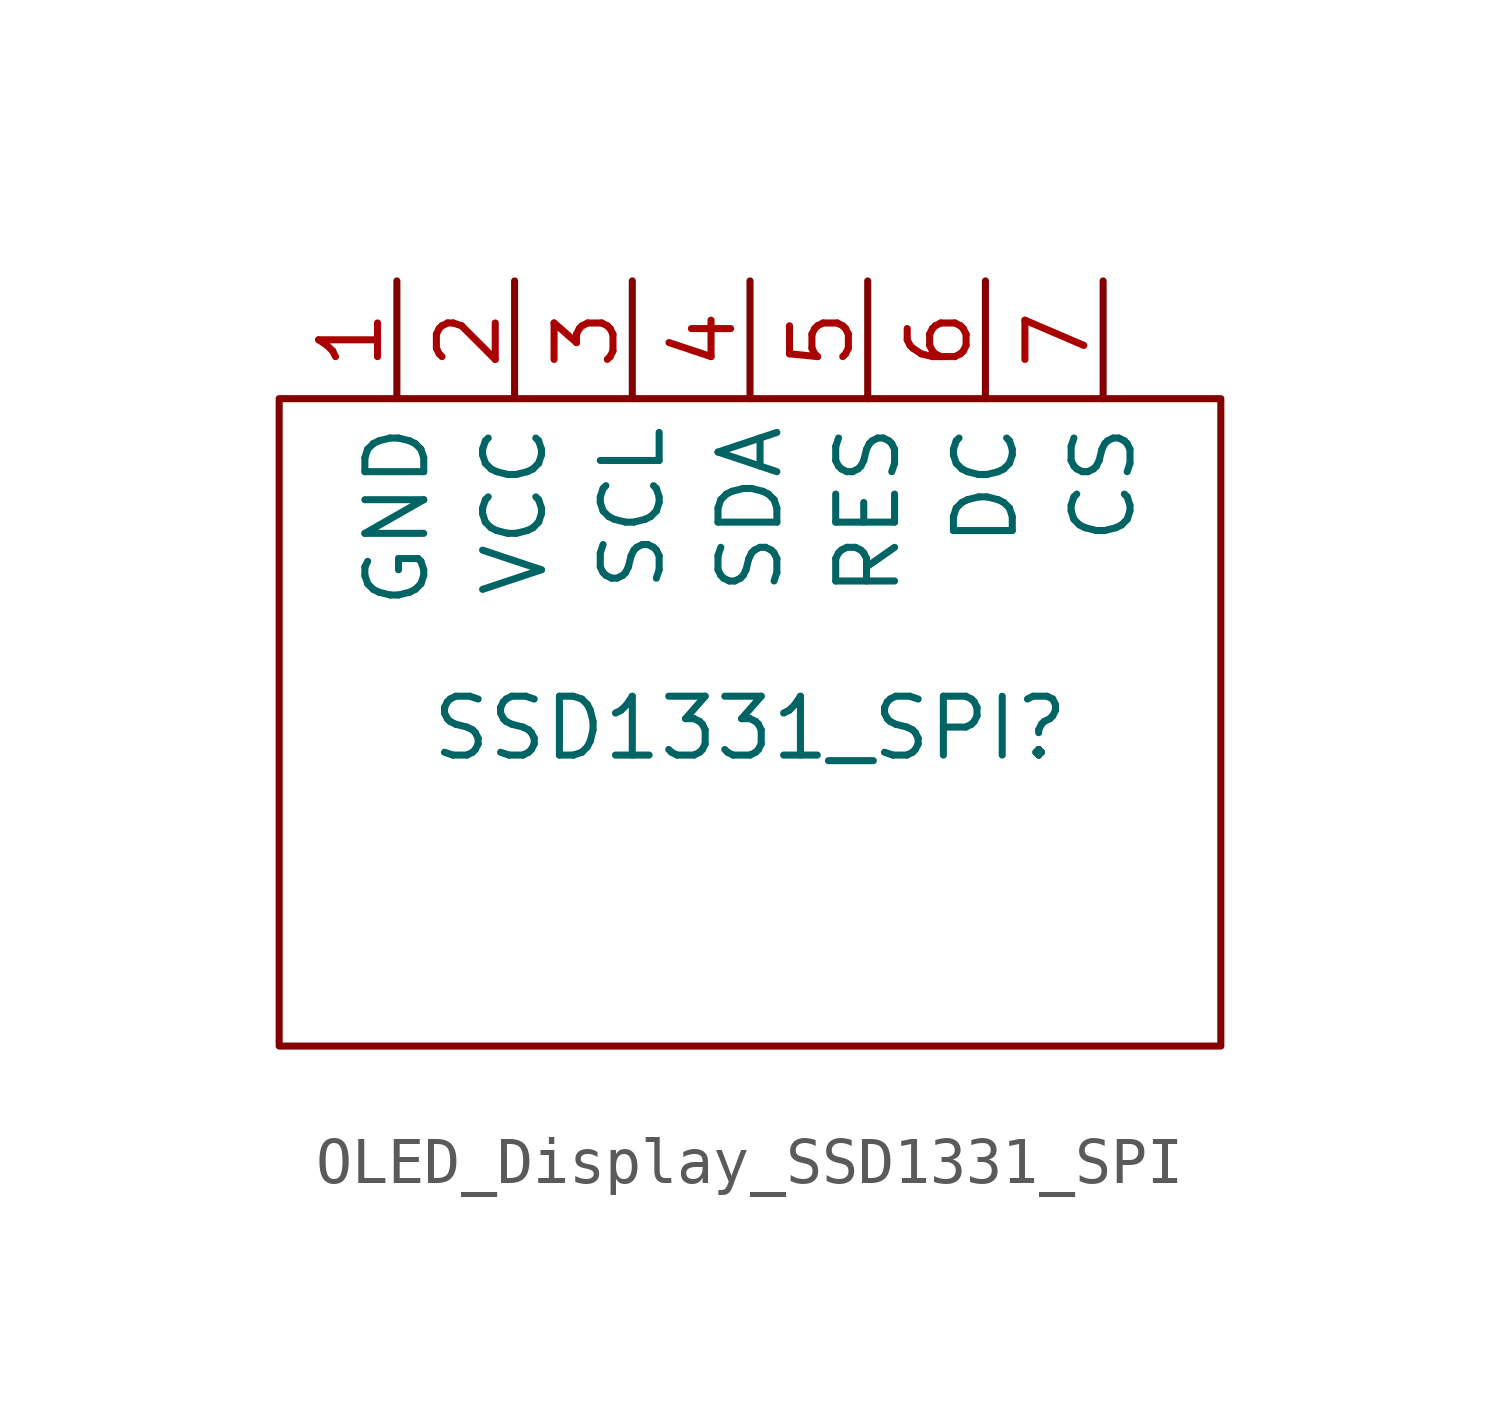
<source format=kicad_sym>
(kicad_symbol_lib
  (version 20231120)
  (generator "kicad_symbol_editor")
  (generator_version "8.0")
  (symbol "OLED_Display_SSD1331_SPI"
    (property "Reference" "SSD1331_SPI"
      (at 0 -3.302 0)
      (effects (font (size 1.27 1.27))))
    (property "Value" ""
      (at 0 0 0)
      (effects (font (size 1.27 1.27))))
    (symbol "OLED_Display_SSD1331_SPI_1_1"
      (rectangle (start -10.16 3.81) (end 10.16 -10.16) (stroke (width 0) (type default)) (fill (type none)))
      (pin output line (at -7.62 6.35 270) (length 2.54) (name "GND" (effects (font (size 1.27 1.27)))) (number "1" (effects (font (size 1.27 1.27)))))
      (pin input line (at -5.08 6.35 270) (length 2.54) (name "VCC" (effects (font (size 1.27 1.27)))) (number "2" (effects (font (size 1.27 1.27)))))
      (pin input line (at -2.54 6.35 270) (length 2.54) (name "SCL" (effects (font (size 1.27 1.27)))) (number "3" (effects (font (size 1.27 1.27)))))
      (pin input line (at 0 6.35 270) (length 2.54) (name "SDA" (effects (font (size 1.27 1.27)))) (number "4" (effects (font (size 1.27 1.27)))))
      (pin input line (at 2.54 6.35 270) (length 2.54) (name "RES" (effects (font (size 1.27 1.27)))) (number "5" (effects (font (size 1.27 1.27)))))
      (pin input line (at 5.08 6.35 270) (length 2.54) (name "DC" (effects (font (size 1.27 1.27)))) (number "6" (effects (font (size 1.27 1.27)))))
      (pin input line (at 7.62 6.35 270) (length 2.54) (name "CS" (effects (font (size 1.27 1.27)))) (number "7" (effects (font (size 1.27 1.27))))))))
</source>
